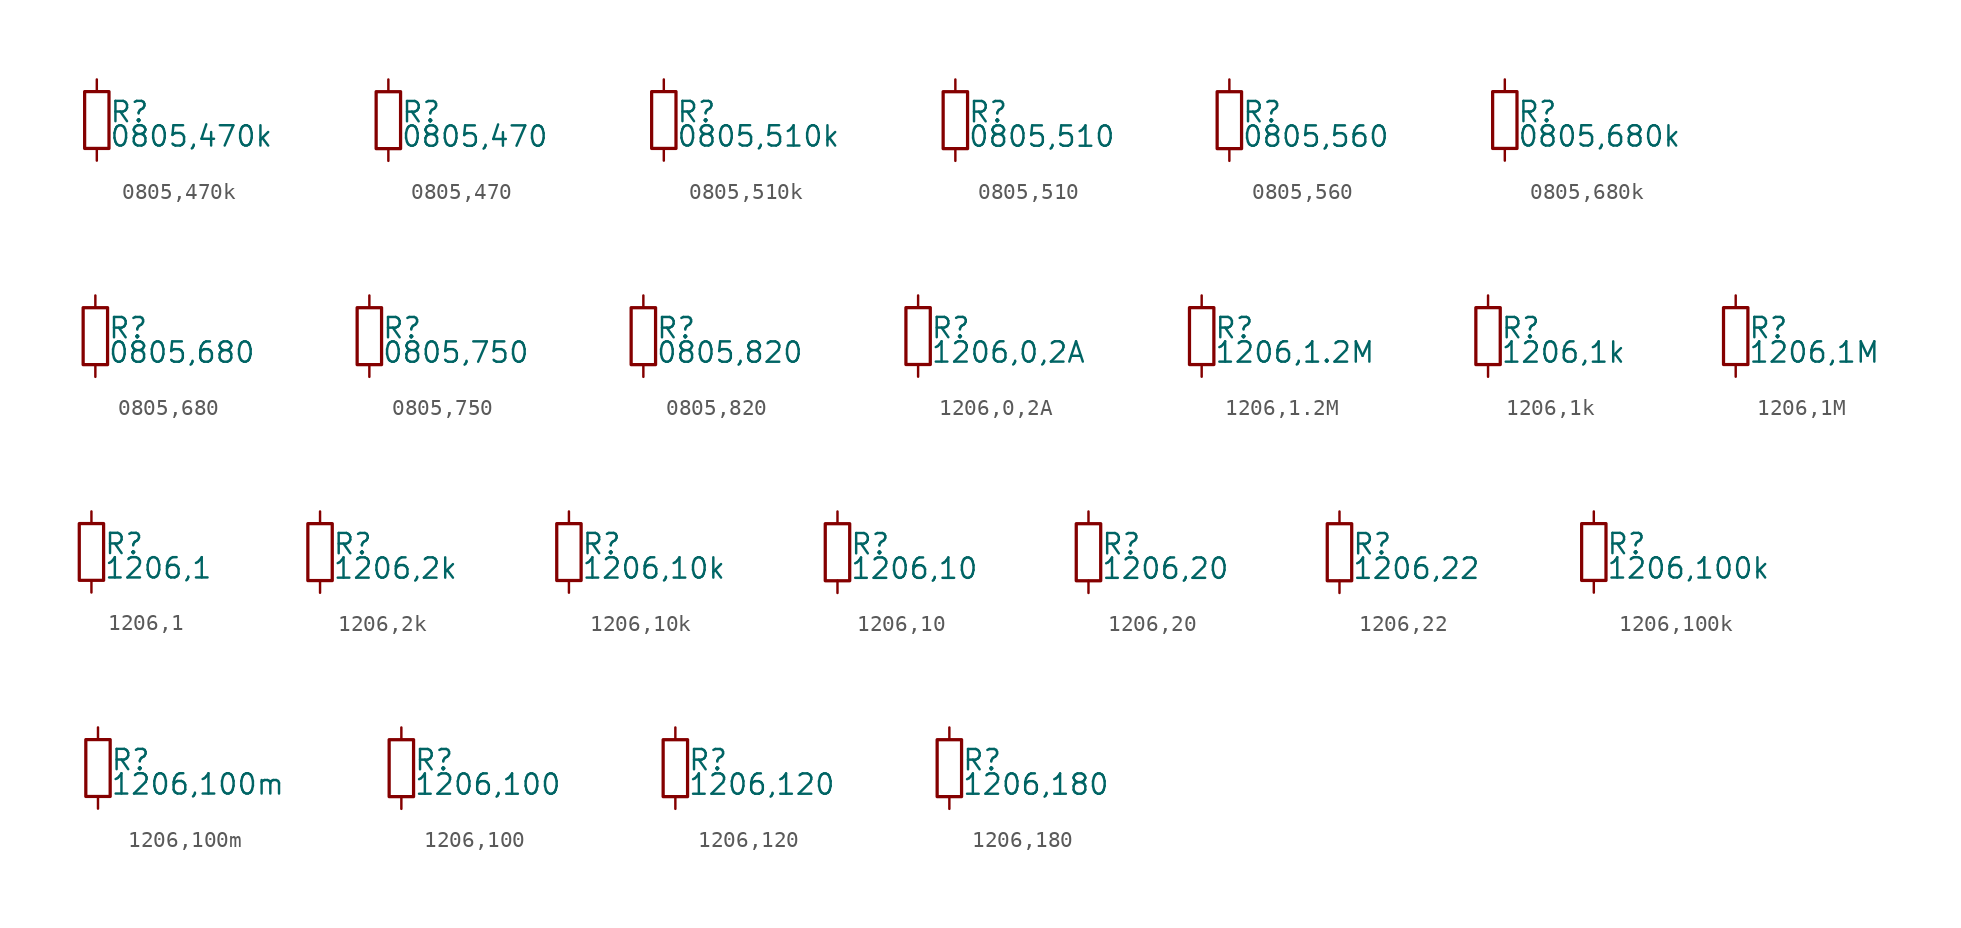
<source format=kicad_sym>
(kicad_symbol_lib
  (version 20220914)
  (generator kicad_symbol_editor)
  (symbol "0805,470k"
    (property "Reference" "R"
      (at 0.762 0.508 0)
      (effects (font (size 1.27 1.27)) (justify left)))
    (property "Value" "0805,470k"
      (at 0.762 -1.016 0)
      (effects (font (size 1.27 1.27)) (justify left)))
    (property "ki_locked" ""
      (at 0 0 0)
      (effects (font (size 1.27 1.27))))
    (symbol "0805,470k_0_0"
      (rectangle (start -0.762 1.778) (end 0.762 -1.778) (stroke (width 0.203) (type default)) (fill (type none)))
      (pin passive line (at 0 2.54 270) (length 0.762) (name "~" (effects (font (size 0 0)))) (number "1" (effects (font (size 0 0)))))
      (pin passive line (at 0 -2.54 90) (length 0.762) (name "~" (effects (font (size 0 0)))) (number "2" (effects (font (size 0 0)))))))
  (symbol "0805,470"
    (property "Reference" "R"
      (at 0.762 0.508 0)
      (effects (font (size 1.27 1.27)) (justify left)))
    (property "Value" "0805,470"
      (at 0.762 -1.016 0)
      (effects (font (size 1.27 1.27)) (justify left)))
    (property "ki_locked" ""
      (at 0 0 0)
      (effects (font (size 1.27 1.27))))
    (symbol "0805,470_0_0"
      (rectangle (start -0.762 1.778) (end 0.762 -1.778) (stroke (width 0.203) (type default)) (fill (type none)))
      (pin passive line (at 0 2.54 270) (length 0.762) (name "~" (effects (font (size 0 0)))) (number "1" (effects (font (size 0 0)))))
      (pin passive line (at 0 -2.54 90) (length 0.762) (name "~" (effects (font (size 0 0)))) (number "2" (effects (font (size 0 0)))))))
  (symbol "0805,510k"
    (property "Reference" "R"
      (at 0.762 0.508 0)
      (effects (font (size 1.27 1.27)) (justify left)))
    (property "Value" "0805,510k"
      (at 0.762 -1.016 0)
      (effects (font (size 1.27 1.27)) (justify left)))
    (property "ki_locked" ""
      (at 0 0 0)
      (effects (font (size 1.27 1.27))))
    (symbol "0805,510k_0_0"
      (rectangle (start -0.762 1.778) (end 0.762 -1.778) (stroke (width 0.203) (type default)) (fill (type none)))
      (pin passive line (at 0 2.54 270) (length 0.762) (name "~" (effects (font (size 0 0)))) (number "1" (effects (font (size 0 0)))))
      (pin passive line (at 0 -2.54 90) (length 0.762) (name "~" (effects (font (size 0 0)))) (number "2" (effects (font (size 0 0)))))))
  (symbol "0805,510"
    (property "Reference" "R"
      (at 0.762 0.508 0)
      (effects (font (size 1.27 1.27)) (justify left)))
    (property "Value" "0805,510"
      (at 0.762 -1.016 0)
      (effects (font (size 1.27 1.27)) (justify left)))
    (property "ki_locked" ""
      (at 0 0 0)
      (effects (font (size 1.27 1.27))))
    (symbol "0805,510_0_0"
      (rectangle (start -0.762 1.778) (end 0.762 -1.778) (stroke (width 0.203) (type default)) (fill (type none)))
      (pin passive line (at 0 2.54 270) (length 0.762) (name "~" (effects (font (size 0 0)))) (number "1" (effects (font (size 0 0)))))
      (pin passive line (at 0 -2.54 90) (length 0.762) (name "~" (effects (font (size 0 0)))) (number "2" (effects (font (size 0 0)))))))
  (symbol "0805,560"
    (property "Reference" "R"
      (at 0.762 0.508 0)
      (effects (font (size 1.27 1.27)) (justify left)))
    (property "Value" "0805,560"
      (at 0.762 -1.016 0)
      (effects (font (size 1.27 1.27)) (justify left)))
    (property "ki_locked" ""
      (at 0 0 0)
      (effects (font (size 1.27 1.27))))
    (symbol "0805,560_0_0"
      (rectangle (start -0.762 1.778) (end 0.762 -1.778) (stroke (width 0.203) (type default)) (fill (type none)))
      (pin passive line (at 0 2.54 270) (length 0.762) (name "~" (effects (font (size 0 0)))) (number "1" (effects (font (size 0 0)))))
      (pin passive line (at 0 -2.54 90) (length 0.762) (name "~" (effects (font (size 0 0)))) (number "2" (effects (font (size 0 0)))))))
  (symbol "0805,680k"
    (property "Reference" "R"
      (at 0.762 0.508 0)
      (effects (font (size 1.27 1.27)) (justify left)))
    (property "Value" "0805,680k"
      (at 0.762 -1.016 0)
      (effects (font (size 1.27 1.27)) (justify left)))
    (property "ki_locked" ""
      (at 0 0 0)
      (effects (font (size 1.27 1.27))))
    (symbol "0805,680k_0_0"
      (rectangle (start -0.762 1.778) (end 0.762 -1.778) (stroke (width 0.203) (type default)) (fill (type none)))
      (pin passive line (at 0 2.54 270) (length 0.762) (name "~" (effects (font (size 0 0)))) (number "1" (effects (font (size 0 0)))))
      (pin passive line (at 0 -2.54 90) (length 0.762) (name "~" (effects (font (size 0 0)))) (number "2" (effects (font (size 0 0)))))))
  (symbol "0805,680"
    (property "Reference" "R"
      (at 0.762 0.508 0)
      (effects (font (size 1.27 1.27)) (justify left)))
    (property "Value" "0805,680"
      (at 0.762 -1.016 0)
      (effects (font (size 1.27 1.27)) (justify left)))
    (property "ki_locked" ""
      (at 0 0 0)
      (effects (font (size 1.27 1.27))))
    (symbol "0805,680_0_0"
      (rectangle (start -0.762 1.778) (end 0.762 -1.778) (stroke (width 0.203) (type default)) (fill (type none)))
      (pin passive line (at 0 2.54 270) (length 0.762) (name "~" (effects (font (size 0 0)))) (number "1" (effects (font (size 0 0)))))
      (pin passive line (at 0 -2.54 90) (length 0.762) (name "~" (effects (font (size 0 0)))) (number "2" (effects (font (size 0 0)))))))
  (symbol "0805,750"
    (property "Reference" "R"
      (at 0.762 0.508 0)
      (effects (font (size 1.27 1.27)) (justify left)))
    (property "Value" "0805,750"
      (at 0.762 -1.016 0)
      (effects (font (size 1.27 1.27)) (justify left)))
    (property "ki_locked" ""
      (at 0 0 0)
      (effects (font (size 1.27 1.27))))
    (symbol "0805,750_0_0"
      (rectangle (start -0.762 1.778) (end 0.762 -1.778) (stroke (width 0.203) (type default)) (fill (type none)))
      (pin passive line (at 0 2.54 270) (length 0.762) (name "~" (effects (font (size 0 0)))) (number "1" (effects (font (size 0 0)))))
      (pin passive line (at 0 -2.54 90) (length 0.762) (name "~" (effects (font (size 0 0)))) (number "2" (effects (font (size 0 0)))))))
  (symbol "0805,820"
    (property "Reference" "R"
      (at 0.762 0.508 0)
      (effects (font (size 1.27 1.27)) (justify left)))
    (property "Value" "0805,820"
      (at 0.762 -1.016 0)
      (effects (font (size 1.27 1.27)) (justify left)))
    (property "ki_locked" ""
      (at 0 0 0)
      (effects (font (size 1.27 1.27))))
    (symbol "0805,820_0_0"
      (rectangle (start -0.762 1.778) (end 0.762 -1.778) (stroke (width 0.203) (type default)) (fill (type none)))
      (pin passive line (at 0 2.54 270) (length 0.762) (name "~" (effects (font (size 0 0)))) (number "1" (effects (font (size 0 0)))))
      (pin passive line (at 0 -2.54 90) (length 0.762) (name "~" (effects (font (size 0 0)))) (number "2" (effects (font (size 0 0)))))))
  (symbol "1206,0,2A"
    (property "Reference" "R"
      (at 0.762 0.508 0)
      (effects (font (size 1.27 1.27)) (justify left)))
    (property "Value" "1206,0,2A"
      (at 0.762 -1.016 0)
      (effects (font (size 1.27 1.27)) (justify left)))
    (property "ki_locked" ""
      (at 0 0 0)
      (effects (font (size 1.27 1.27))))
    (symbol "1206,0,2A_0_0"
      (rectangle (start -0.762 1.778) (end 0.762 -1.778) (stroke (width 0.203) (type default)) (fill (type none)))
      (pin passive line (at 0 2.54 270) (length 0.762) (name "~" (effects (font (size 0 0)))) (number "1" (effects (font (size 0 0)))))
      (pin passive line (at 0 -2.54 90) (length 0.762) (name "~" (effects (font (size 0 0)))) (number "2" (effects (font (size 0 0)))))))
  (symbol "1206,1.2M"
    (property "Reference" "R"
      (at 0.762 0.508 0)
      (effects (font (size 1.27 1.27)) (justify left)))
    (property "Value" "1206,1.2M"
      (at 0.762 -1.016 0)
      (effects (font (size 1.27 1.27)) (justify left)))
    (property "ki_locked" ""
      (at 0 0 0)
      (effects (font (size 1.27 1.27))))
    (symbol "1206,1.2M_0_0"
      (rectangle (start -0.762 1.778) (end 0.762 -1.778) (stroke (width 0.203) (type default)) (fill (type none)))
      (pin passive line (at 0 2.54 270) (length 0.762) (name "~" (effects (font (size 0 0)))) (number "1" (effects (font (size 0 0)))))
      (pin passive line (at 0 -2.54 90) (length 0.762) (name "~" (effects (font (size 0 0)))) (number "2" (effects (font (size 0 0)))))))
  (symbol "1206,1k"
    (property "Reference" "R"
      (at 0.762 0.508 0)
      (effects (font (size 1.27 1.27)) (justify left)))
    (property "Value" "1206,1k"
      (at 0.762 -1.016 0)
      (effects (font (size 1.27 1.27)) (justify left)))
    (property "ki_locked" ""
      (at 0 0 0)
      (effects (font (size 1.27 1.27))))
    (symbol "1206,1k_0_0"
      (rectangle (start -0.762 1.778) (end 0.762 -1.778) (stroke (width 0.203) (type default)) (fill (type none)))
      (pin passive line (at 0 2.54 270) (length 0.762) (name "~" (effects (font (size 0 0)))) (number "1" (effects (font (size 0 0)))))
      (pin passive line (at 0 -2.54 90) (length 0.762) (name "~" (effects (font (size 0 0)))) (number "2" (effects (font (size 0 0)))))))
  (symbol "1206,1M"
    (property "Reference" "R"
      (at 0.762 0.508 0)
      (effects (font (size 1.27 1.27)) (justify left)))
    (property "Value" "1206,1M"
      (at 0.762 -1.016 0)
      (effects (font (size 1.27 1.27)) (justify left)))
    (property "ki_locked" ""
      (at 0 0 0)
      (effects (font (size 1.27 1.27))))
    (symbol "1206,1M_0_0"
      (rectangle (start -0.762 1.778) (end 0.762 -1.778) (stroke (width 0.203) (type default)) (fill (type none)))
      (pin passive line (at 0 2.54 270) (length 0.762) (name "~" (effects (font (size 0 0)))) (number "1" (effects (font (size 0 0)))))
      (pin passive line (at 0 -2.54 90) (length 0.762) (name "~" (effects (font (size 0 0)))) (number "2" (effects (font (size 0 0)))))))
  (symbol "1206,1"
    (property "Reference" "R"
      (at 0.762 0.508 0)
      (effects (font (size 1.27 1.27)) (justify left)))
    (property "Value" "1206,1"
      (at 0.762 -1.016 0)
      (effects (font (size 1.27 1.27)) (justify left)))
    (property "ki_locked" ""
      (at 0 0 0)
      (effects (font (size 1.27 1.27))))
    (symbol "1206,1_0_0"
      (rectangle (start -0.762 1.778) (end 0.762 -1.778) (stroke (width 0.203) (type default)) (fill (type none)))
      (pin passive line (at 0 2.54 270) (length 0.762) (name "~" (effects (font (size 0 0)))) (number "1" (effects (font (size 0 0)))))
      (pin passive line (at 0 -2.54 90) (length 0.762) (name "~" (effects (font (size 0 0)))) (number "2" (effects (font (size 0 0)))))))
  (symbol "1206,2k"
    (property "Reference" "R"
      (at 0.762 0.508 0)
      (effects (font (size 1.27 1.27)) (justify left)))
    (property "Value" "1206,2k"
      (at 0.762 -1.016 0)
      (effects (font (size 1.27 1.27)) (justify left)))
    (property "ki_locked" ""
      (at 0 0 0)
      (effects (font (size 1.27 1.27))))
    (symbol "1206,2k_0_0"
      (rectangle (start -0.762 1.778) (end 0.762 -1.778) (stroke (width 0.203) (type default)) (fill (type none)))
      (pin passive line (at 0 2.54 270) (length 0.762) (name "~" (effects (font (size 0 0)))) (number "1" (effects (font (size 0 0)))))
      (pin passive line (at 0 -2.54 90) (length 0.762) (name "~" (effects (font (size 0 0)))) (number "2" (effects (font (size 0 0)))))))
  (symbol "1206,10k"
    (property "Reference" "R"
      (at 0.762 0.508 0)
      (effects (font (size 1.27 1.27)) (justify left)))
    (property "Value" "1206,10k"
      (at 0.762 -1.016 0)
      (effects (font (size 1.27 1.27)) (justify left)))
    (property "ki_locked" ""
      (at 0 0 0)
      (effects (font (size 1.27 1.27))))
    (symbol "1206,10k_0_0"
      (rectangle (start -0.762 1.778) (end 0.762 -1.778) (stroke (width 0.203) (type default)) (fill (type none)))
      (pin passive line (at 0 2.54 270) (length 0.762) (name "~" (effects (font (size 0 0)))) (number "1" (effects (font (size 0 0)))))
      (pin passive line (at 0 -2.54 90) (length 0.762) (name "~" (effects (font (size 0 0)))) (number "2" (effects (font (size 0 0)))))))
  (symbol "1206,10"
    (property "Reference" "R"
      (at 0.762 0.508 0)
      (effects (font (size 1.27 1.27)) (justify left)))
    (property "Value" "1206,10"
      (at 0.762 -1.016 0)
      (effects (font (size 1.27 1.27)) (justify left)))
    (property "ki_locked" ""
      (at 0 0 0)
      (effects (font (size 1.27 1.27))))
    (symbol "1206,10_0_0"
      (rectangle (start -0.762 1.778) (end 0.762 -1.778) (stroke (width 0.203) (type default)) (fill (type none)))
      (pin passive line (at 0 2.54 270) (length 0.762) (name "~" (effects (font (size 0 0)))) (number "1" (effects (font (size 0 0)))))
      (pin passive line (at 0 -2.54 90) (length 0.762) (name "~" (effects (font (size 0 0)))) (number "2" (effects (font (size 0 0)))))))
  (symbol "1206,20"
    (property "Reference" "R"
      (at 0.762 0.508 0)
      (effects (font (size 1.27 1.27)) (justify left)))
    (property "Value" "1206,20"
      (at 0.762 -1.016 0)
      (effects (font (size 1.27 1.27)) (justify left)))
    (property "ki_locked" ""
      (at 0 0 0)
      (effects (font (size 1.27 1.27))))
    (symbol "1206,20_0_0"
      (rectangle (start -0.762 1.778) (end 0.762 -1.778) (stroke (width 0.203) (type default)) (fill (type none)))
      (pin passive line (at 0 2.54 270) (length 0.762) (name "~" (effects (font (size 0 0)))) (number "1" (effects (font (size 0 0)))))
      (pin passive line (at 0 -2.54 90) (length 0.762) (name "~" (effects (font (size 0 0)))) (number "2" (effects (font (size 0 0)))))))
  (symbol "1206,22"
    (property "Reference" "R"
      (at 0.762 0.508 0)
      (effects (font (size 1.27 1.27)) (justify left)))
    (property "Value" "1206,22"
      (at 0.762 -1.016 0)
      (effects (font (size 1.27 1.27)) (justify left)))
    (property "ki_locked" ""
      (at 0 0 0)
      (effects (font (size 1.27 1.27))))
    (symbol "1206,22_0_0"
      (rectangle (start -0.762 1.778) (end 0.762 -1.778) (stroke (width 0.203) (type default)) (fill (type none)))
      (pin passive line (at 0 2.54 270) (length 0.762) (name "~" (effects (font (size 0 0)))) (number "1" (effects (font (size 0 0)))))
      (pin passive line (at 0 -2.54 90) (length 0.762) (name "~" (effects (font (size 0 0)))) (number "2" (effects (font (size 0 0)))))))
  (symbol "1206,100k"
    (property "Reference" "R"
      (at 0.762 0.508 0)
      (effects (font (size 1.27 1.27)) (justify left)))
    (property "Value" "1206,100k"
      (at 0.762 -1.016 0)
      (effects (font (size 1.27 1.27)) (justify left)))
    (property "ki_locked" ""
      (at 0 0 0)
      (effects (font (size 1.27 1.27))))
    (symbol "1206,100k_0_0"
      (rectangle (start -0.762 1.778) (end 0.762 -1.778) (stroke (width 0.203) (type default)) (fill (type none)))
      (pin passive line (at 0 2.54 270) (length 0.762) (name "~" (effects (font (size 0 0)))) (number "1" (effects (font (size 0 0)))))
      (pin passive line (at 0 -2.54 90) (length 0.762) (name "~" (effects (font (size 0 0)))) (number "2" (effects (font (size 0 0)))))))
  (symbol "1206,100m"
    (property "Reference" "R"
      (at 0.762 0.508 0)
      (effects (font (size 1.27 1.27)) (justify left)))
    (property "Value" "1206,100m"
      (at 0.762 -1.016 0)
      (effects (font (size 1.27 1.27)) (justify left)))
    (property "ki_locked" ""
      (at 0 0 0)
      (effects (font (size 1.27 1.27))))
    (symbol "1206,100m_0_0"
      (rectangle (start -0.762 1.778) (end 0.762 -1.778) (stroke (width 0.203) (type default)) (fill (type none)))
      (pin passive line (at 0 2.54 270) (length 0.762) (name "~" (effects (font (size 0 0)))) (number "1" (effects (font (size 0 0)))))
      (pin passive line (at 0 -2.54 90) (length 0.762) (name "~" (effects (font (size 0 0)))) (number "2" (effects (font (size 0 0)))))))
  (symbol "1206,100"
    (property "Reference" "R"
      (at 0.762 0.508 0)
      (effects (font (size 1.27 1.27)) (justify left)))
    (property "Value" "1206,100"
      (at 0.762 -1.016 0)
      (effects (font (size 1.27 1.27)) (justify left)))
    (property "ki_locked" ""
      (at 0 0 0)
      (effects (font (size 1.27 1.27))))
    (symbol "1206,100_0_0"
      (rectangle (start -0.762 1.778) (end 0.762 -1.778) (stroke (width 0.203) (type default)) (fill (type none)))
      (pin passive line (at 0 2.54 270) (length 0.762) (name "~" (effects (font (size 0 0)))) (number "1" (effects (font (size 0 0)))))
      (pin passive line (at 0 -2.54 90) (length 0.762) (name "~" (effects (font (size 0 0)))) (number "2" (effects (font (size 0 0)))))))
  (symbol "1206,120"
    (property "Reference" "R"
      (at 0.762 0.508 0)
      (effects (font (size 1.27 1.27)) (justify left)))
    (property "Value" "1206,120"
      (at 0.762 -1.016 0)
      (effects (font (size 1.27 1.27)) (justify left)))
    (property "ki_locked" ""
      (at 0 0 0)
      (effects (font (size 1.27 1.27))))
    (symbol "1206,120_0_0"
      (rectangle (start -0.762 1.778) (end 0.762 -1.778) (stroke (width 0.203) (type default)) (fill (type none)))
      (pin passive line (at 0 2.54 270) (length 0.762) (name "~" (effects (font (size 0 0)))) (number "1" (effects (font (size 0 0)))))
      (pin passive line (at 0 -2.54 90) (length 0.762) (name "~" (effects (font (size 0 0)))) (number "2" (effects (font (size 0 0)))))))
  (symbol "1206,180"
    (property "Reference" "R"
      (at 0.762 0.508 0)
      (effects (font (size 1.27 1.27)) (justify left)))
    (property "Value" "1206,180"
      (at 0.762 -1.016 0)
      (effects (font (size 1.27 1.27)) (justify left)))
    (property "ki_locked" ""
      (at 0 0 0)
      (effects (font (size 1.27 1.27))))
    (symbol "1206,180_0_0"
      (rectangle (start -0.762 1.778) (end 0.762 -1.778) (stroke (width 0.203) (type default)) (fill (type none)))
      (pin passive line (at 0 2.54 270) (length 0.762) (name "~" (effects (font (size 0 0)))) (number "1" (effects (font (size 0 0)))))
      (pin passive line (at 0 -2.54 90) (length 0.762) (name "~" (effects (font (size 0 0)))) (number "2" (effects (font (size 0 0))))))))
</source>
